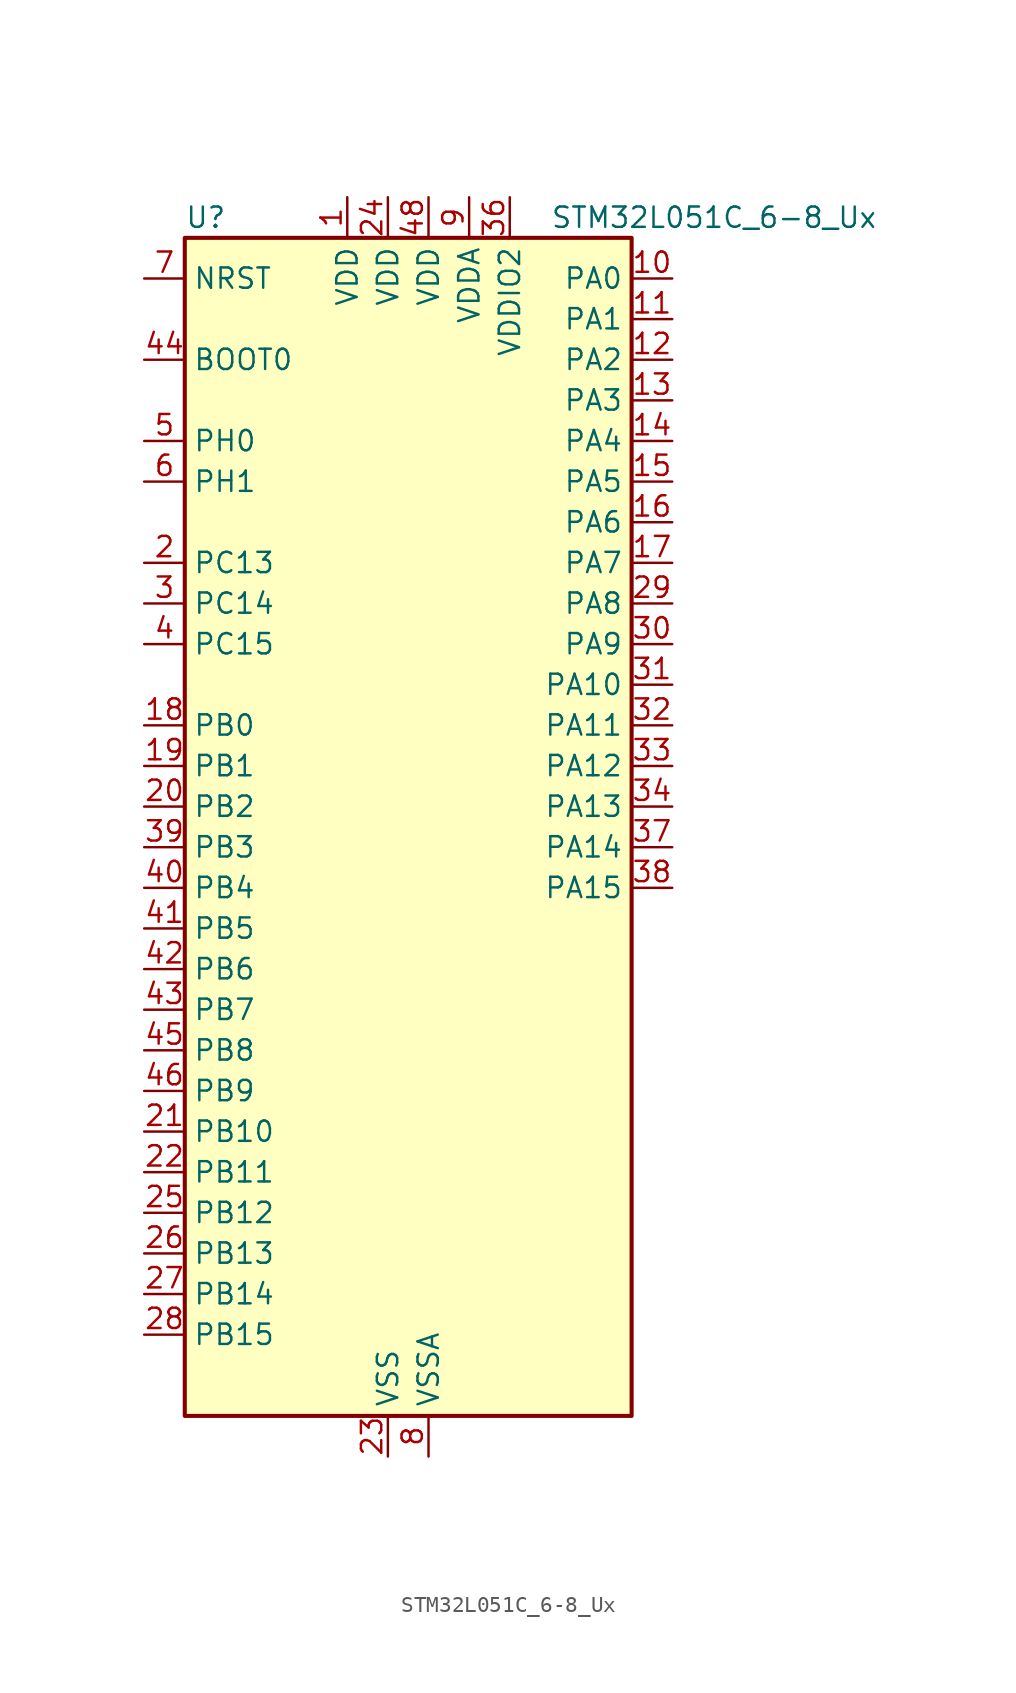
<source format=kicad_sym>
(kicad_symbol_lib
  (version 20220914)
  (generator kicad_symbol_editor)
  (symbol "STM32L051C_6-8_Ux"
    (property "Reference" "U"
      (at -12.7 39.37 0)
      (effects (font (size 1.27 1.27)) (justify left)))
    (property "Value" "STM32L051C_6-8_Ux"
      (at 10.16 39.37 0)
      (effects (font (size 1.27 1.27)) (justify left)))
    (property "ki_locked" ""
      (at 0 0 0)
      (effects (font (size 1.27 1.27))))
    (symbol "STM32L051C_6-8_Ux_0_1"
      (rectangle (start -12.7 -35.56) (end 15.24 38.1) (stroke (width 0.254) (type default)) (fill (type background))))
    (symbol "STM32L051C_6-8_Ux_1_1"
      (pin power_in line (at -2.54 40.64 270) (length 2.54) (name "VDD" (effects (font (size 1.27 1.27)))) (number "1" (effects (font (size 1.27 1.27)))))
      (pin bidirectional line (at 17.78 35.56 180) (length 2.54) (name "PA0" (effects (font (size 1.27 1.27)))) (number "10" (effects (font (size 1.27 1.27)))) (alternate "ADC_IN0" bidirectional line) (alternate "COMP1_INM" bidirectional line) (alternate "COMP1_OUT" bidirectional line) (alternate "RTC_TAMP2" bidirectional line) (alternate "SYS_WKUP1" bidirectional line) (alternate "TIM2_CH1" bidirectional line) (alternate "TIM2_ETR" bidirectional line) (alternate "USART2_CTS" bidirectional line))
      (pin bidirectional line (at 17.78 33.02 180) (length 2.54) (name "PA1" (effects (font (size 1.27 1.27)))) (number "11" (effects (font (size 1.27 1.27)))) (alternate "ADC_IN1" bidirectional line) (alternate "COMP1_INP" bidirectional line) (alternate "TIM21_ETR" bidirectional line) (alternate "TIM2_CH2" bidirectional line) (alternate "USART2_DE" bidirectional line) (alternate "USART2_RTS" bidirectional line))
      (pin bidirectional line (at 17.78 30.48 180) (length 2.54) (name "PA2" (effects (font (size 1.27 1.27)))) (number "12" (effects (font (size 1.27 1.27)))) (alternate "ADC_IN2" bidirectional line) (alternate "COMP2_INM" bidirectional line) (alternate "COMP2_OUT" bidirectional line) (alternate "TIM21_CH1" bidirectional line) (alternate "TIM2_CH3" bidirectional line) (alternate "USART2_TX" bidirectional line))
      (pin bidirectional line (at 17.78 27.94 180) (length 2.54) (name "PA3" (effects (font (size 1.27 1.27)))) (number "13" (effects (font (size 1.27 1.27)))) (alternate "ADC_IN3" bidirectional line) (alternate "COMP2_INP" bidirectional line) (alternate "TIM21_CH2" bidirectional line) (alternate "TIM2_CH4" bidirectional line) (alternate "USART2_RX" bidirectional line))
      (pin bidirectional line (at 17.78 25.4 180) (length 2.54) (name "PA4" (effects (font (size 1.27 1.27)))) (number "14" (effects (font (size 1.27 1.27)))) (alternate "ADC_IN4" bidirectional line) (alternate "COMP1_INM" bidirectional line) (alternate "COMP2_INM" bidirectional line) (alternate "SPI1_NSS" bidirectional line) (alternate "TIM22_ETR" bidirectional line) (alternate "USART2_CK" bidirectional line))
      (pin bidirectional line (at 17.78 22.86 180) (length 2.54) (name "PA5" (effects (font (size 1.27 1.27)))) (number "15" (effects (font (size 1.27 1.27)))) (alternate "ADC_IN5" bidirectional line) (alternate "COMP1_INM" bidirectional line) (alternate "COMP2_INM" bidirectional line) (alternate "SPI1_SCK" bidirectional line) (alternate "TIM2_CH1" bidirectional line) (alternate "TIM2_ETR" bidirectional line))
      (pin bidirectional line (at 17.78 20.32 180) (length 2.54) (name "PA6" (effects (font (size 1.27 1.27)))) (number "16" (effects (font (size 1.27 1.27)))) (alternate "ADC_IN6" bidirectional line) (alternate "COMP1_OUT" bidirectional line) (alternate "LPUART1_CTS" bidirectional line) (alternate "SPI1_MISO" bidirectional line) (alternate "TIM22_CH1" bidirectional line))
      (pin bidirectional line (at 17.78 17.78 180) (length 2.54) (name "PA7" (effects (font (size 1.27 1.27)))) (number "17" (effects (font (size 1.27 1.27)))) (alternate "ADC_IN7" bidirectional line) (alternate "COMP2_OUT" bidirectional line) (alternate "SPI1_MOSI" bidirectional line) (alternate "TIM22_CH2" bidirectional line))
      (pin bidirectional line (at -15.24 7.62 0) (length 2.54) (name "PB0" (effects (font (size 1.27 1.27)))) (number "18" (effects (font (size 1.27 1.27)))) (alternate "ADC_IN8" bidirectional line) (alternate "SYS_VREF_OUT_PB0" bidirectional line))
      (pin bidirectional line (at -15.24 5.08 0) (length 2.54) (name "PB1" (effects (font (size 1.27 1.27)))) (number "19" (effects (font (size 1.27 1.27)))) (alternate "ADC_IN9" bidirectional line) (alternate "LPUART1_DE" bidirectional line) (alternate "LPUART1_RTS" bidirectional line) (alternate "SYS_VREF_OUT_PB1" bidirectional line))
      (pin bidirectional line (at -15.24 17.78 0) (length 2.54) (name "PC13" (effects (font (size 1.27 1.27)))) (number "2" (effects (font (size 1.27 1.27)))) (alternate "RTC_OUT_ALARM" bidirectional line) (alternate "RTC_OUT_CALIB" bidirectional line) (alternate "RTC_TAMP1" bidirectional line) (alternate "RTC_TS" bidirectional line) (alternate "SYS_WKUP2" bidirectional line))
      (pin bidirectional line (at -15.24 2.54 0) (length 2.54) (name "PB2" (effects (font (size 1.27 1.27)))) (number "20" (effects (font (size 1.27 1.27)))) (alternate "LPTIM1_OUT" bidirectional line))
      (pin bidirectional line (at -15.24 -17.78 0) (length 2.54) (name "PB10" (effects (font (size 1.27 1.27)))) (number "21" (effects (font (size 1.27 1.27)))) (alternate "I2C2_SCL" bidirectional line) (alternate "LPUART1_TX" bidirectional line) (alternate "SPI2_SCK" bidirectional line) (alternate "TIM2_CH3" bidirectional line))
      (pin bidirectional line (at -15.24 -20.32 0) (length 2.54) (name "PB11" (effects (font (size 1.27 1.27)))) (number "22" (effects (font (size 1.27 1.27)))) (alternate "ADC_EXTI11" bidirectional line) (alternate "I2C2_SDA" bidirectional line) (alternate "LPUART1_RX" bidirectional line) (alternate "TIM2_CH4" bidirectional line))
      (pin power_in line (at 0 -38.1 90) (length 2.54) (name "VSS" (effects (font (size 1.27 1.27)))) (number "23" (effects (font (size 1.27 1.27)))))
      (pin power_in line (at 0 40.64 270) (length 2.54) (name "VDD" (effects (font (size 1.27 1.27)))) (number "24" (effects (font (size 1.27 1.27)))))
      (pin bidirectional line (at -15.24 -22.86 0) (length 2.54) (name "PB12" (effects (font (size 1.27 1.27)))) (number "25" (effects (font (size 1.27 1.27)))) (alternate "I2S2_WS" bidirectional line) (alternate "LPUART1_DE" bidirectional line) (alternate "LPUART1_RTS" bidirectional line) (alternate "SPI2_NSS" bidirectional line))
      (pin bidirectional line (at -15.24 -25.4 0) (length 2.54) (name "PB13" (effects (font (size 1.27 1.27)))) (number "26" (effects (font (size 1.27 1.27)))) (alternate "I2C2_SCL" bidirectional line) (alternate "I2S2_CK" bidirectional line) (alternate "LPUART1_CTS" bidirectional line) (alternate "SPI2_SCK" bidirectional line) (alternate "TIM21_CH1" bidirectional line))
      (pin bidirectional line (at -15.24 -27.94 0) (length 2.54) (name "PB14" (effects (font (size 1.27 1.27)))) (number "27" (effects (font (size 1.27 1.27)))) (alternate "I2C2_SDA" bidirectional line) (alternate "I2S2_MCK" bidirectional line) (alternate "LPUART1_DE" bidirectional line) (alternate "LPUART1_RTS" bidirectional line) (alternate "RTC_OUT_ALARM" bidirectional line) (alternate "RTC_OUT_CALIB" bidirectional line) (alternate "SPI2_MISO" bidirectional line) (alternate "TIM21_CH2" bidirectional line))
      (pin bidirectional line (at -15.24 -30.48 0) (length 2.54) (name "PB15" (effects (font (size 1.27 1.27)))) (number "28" (effects (font (size 1.27 1.27)))) (alternate "I2S2_SD" bidirectional line) (alternate "RTC_REFIN" bidirectional line) (alternate "SPI2_MOSI" bidirectional line))
      (pin bidirectional line (at 17.78 15.24 180) (length 2.54) (name "PA8" (effects (font (size 1.27 1.27)))) (number "29" (effects (font (size 1.27 1.27)))) (alternate "RCC_MCO" bidirectional line) (alternate "USART1_CK" bidirectional line))
      (pin bidirectional line (at -15.24 15.24 0) (length 2.54) (name "PC14" (effects (font (size 1.27 1.27)))) (number "3" (effects (font (size 1.27 1.27)))) (alternate "RCC_OSC32_IN" bidirectional line))
      (pin bidirectional line (at 17.78 12.7 180) (length 2.54) (name "PA9" (effects (font (size 1.27 1.27)))) (number "30" (effects (font (size 1.27 1.27)))) (alternate "RCC_MCO" bidirectional line) (alternate "USART1_TX" bidirectional line))
      (pin bidirectional line (at 17.78 10.16 180) (length 2.54) (name "PA10" (effects (font (size 1.27 1.27)))) (number "31" (effects (font (size 1.27 1.27)))) (alternate "USART1_RX" bidirectional line))
      (pin bidirectional line (at 17.78 7.62 180) (length 2.54) (name "PA11" (effects (font (size 1.27 1.27)))) (number "32" (effects (font (size 1.27 1.27)))) (alternate "ADC_EXTI11" bidirectional line) (alternate "COMP1_OUT" bidirectional line) (alternate "SPI1_MISO" bidirectional line) (alternate "USART1_CTS" bidirectional line))
      (pin bidirectional line (at 17.78 5.08 180) (length 2.54) (name "PA12" (effects (font (size 1.27 1.27)))) (number "33" (effects (font (size 1.27 1.27)))) (alternate "COMP2_OUT" bidirectional line) (alternate "SPI1_MOSI" bidirectional line) (alternate "USART1_DE" bidirectional line) (alternate "USART1_RTS" bidirectional line))
      (pin bidirectional line (at 17.78 2.54 180) (length 2.54) (name "PA13" (effects (font (size 1.27 1.27)))) (number "34" (effects (font (size 1.27 1.27)))) (alternate "SYS_SWDIO" bidirectional line))
      (pin passive line (at 0 -38.1 90) (length 2.54) hide (name "VSS" (effects (font (size 1.27 1.27)))) (number "35" (effects (font (size 1.27 1.27)))))
      (pin power_in line (at 7.62 40.64 270) (length 2.54) (name "VDDIO2" (effects (font (size 1.27 1.27)))) (number "36" (effects (font (size 1.27 1.27)))))
      (pin bidirectional line (at 17.78 0 180) (length 2.54) (name "PA14" (effects (font (size 1.27 1.27)))) (number "37" (effects (font (size 1.27 1.27)))) (alternate "SYS_SWCLK" bidirectional line) (alternate "USART2_TX" bidirectional line))
      (pin bidirectional line (at 17.78 -2.54 180) (length 2.54) (name "PA15" (effects (font (size 1.27 1.27)))) (number "38" (effects (font (size 1.27 1.27)))) (alternate "SPI1_NSS" bidirectional line) (alternate "TIM2_CH1" bidirectional line) (alternate "TIM2_ETR" bidirectional line) (alternate "USART2_RX" bidirectional line))
      (pin bidirectional line (at -15.24 0 0) (length 2.54) (name "PB3" (effects (font (size 1.27 1.27)))) (number "39" (effects (font (size 1.27 1.27)))) (alternate "COMP2_INM" bidirectional line) (alternate "SPI1_SCK" bidirectional line) (alternate "TIM2_CH2" bidirectional line))
      (pin bidirectional line (at -15.24 12.7 0) (length 2.54) (name "PC15" (effects (font (size 1.27 1.27)))) (number "4" (effects (font (size 1.27 1.27)))) (alternate "RCC_OSC32_OUT" bidirectional line))
      (pin bidirectional line (at -15.24 -2.54 0) (length 2.54) (name "PB4" (effects (font (size 1.27 1.27)))) (number "40" (effects (font (size 1.27 1.27)))) (alternate "COMP2_INP" bidirectional line) (alternate "SPI1_MISO" bidirectional line) (alternate "TIM22_CH1" bidirectional line))
      (pin bidirectional line (at -15.24 -5.08 0) (length 2.54) (name "PB5" (effects (font (size 1.27 1.27)))) (number "41" (effects (font (size 1.27 1.27)))) (alternate "COMP2_INP" bidirectional line) (alternate "I2C1_SMBA" bidirectional line) (alternate "LPTIM1_IN1" bidirectional line) (alternate "SPI1_MOSI" bidirectional line) (alternate "TIM22_CH2" bidirectional line))
      (pin bidirectional line (at -15.24 -7.62 0) (length 2.54) (name "PB6" (effects (font (size 1.27 1.27)))) (number "42" (effects (font (size 1.27 1.27)))) (alternate "COMP2_INP" bidirectional line) (alternate "I2C1_SCL" bidirectional line) (alternate "LPTIM1_ETR" bidirectional line) (alternate "USART1_TX" bidirectional line))
      (pin bidirectional line (at -15.24 -10.16 0) (length 2.54) (name "PB7" (effects (font (size 1.27 1.27)))) (number "43" (effects (font (size 1.27 1.27)))) (alternate "COMP2_INP" bidirectional line) (alternate "I2C1_SDA" bidirectional line) (alternate "LPTIM1_IN2" bidirectional line) (alternate "SYS_PVD_IN" bidirectional line) (alternate "USART1_RX" bidirectional line))
      (pin input line (at -15.24 30.48 0) (length 2.54) (name "BOOT0" (effects (font (size 1.27 1.27)))) (number "44" (effects (font (size 1.27 1.27)))))
      (pin bidirectional line (at -15.24 -12.7 0) (length 2.54) (name "PB8" (effects (font (size 1.27 1.27)))) (number "45" (effects (font (size 1.27 1.27)))) (alternate "I2C1_SCL" bidirectional line))
      (pin bidirectional line (at -15.24 -15.24 0) (length 2.54) (name "PB9" (effects (font (size 1.27 1.27)))) (number "46" (effects (font (size 1.27 1.27)))) (alternate "I2C1_SDA" bidirectional line) (alternate "I2S2_WS" bidirectional line) (alternate "SPI2_NSS" bidirectional line))
      (pin passive line (at 0 -38.1 90) (length 2.54) hide (name "VSS" (effects (font (size 1.27 1.27)))) (number "47" (effects (font (size 1.27 1.27)))))
      (pin power_in line (at 2.54 40.64 270) (length 2.54) (name "VDD" (effects (font (size 1.27 1.27)))) (number "48" (effects (font (size 1.27 1.27)))))
      (pin passive line (at 0 -38.1 90) (length 2.54) hide (name "VSS" (effects (font (size 1.27 1.27)))) (number "49" (effects (font (size 1.27 1.27)))))
      (pin bidirectional line (at -15.24 25.4 0) (length 2.54) (name "PH0" (effects (font (size 1.27 1.27)))) (number "5" (effects (font (size 1.27 1.27)))) (alternate "RCC_OSC_IN" bidirectional line))
      (pin bidirectional line (at -15.24 22.86 0) (length 2.54) (name "PH1" (effects (font (size 1.27 1.27)))) (number "6" (effects (font (size 1.27 1.27)))) (alternate "RCC_OSC_OUT" bidirectional line))
      (pin input line (at -15.24 35.56 0) (length 2.54) (name "NRST" (effects (font (size 1.27 1.27)))) (number "7" (effects (font (size 1.27 1.27)))))
      (pin power_in line (at 2.54 -38.1 90) (length 2.54) (name "VSSA" (effects (font (size 1.27 1.27)))) (number "8" (effects (font (size 1.27 1.27)))))
      (pin power_in line (at 5.08 40.64 270) (length 2.54) (name "VDDA" (effects (font (size 1.27 1.27)))) (number "9" (effects (font (size 1.27 1.27))))))))
</source>
